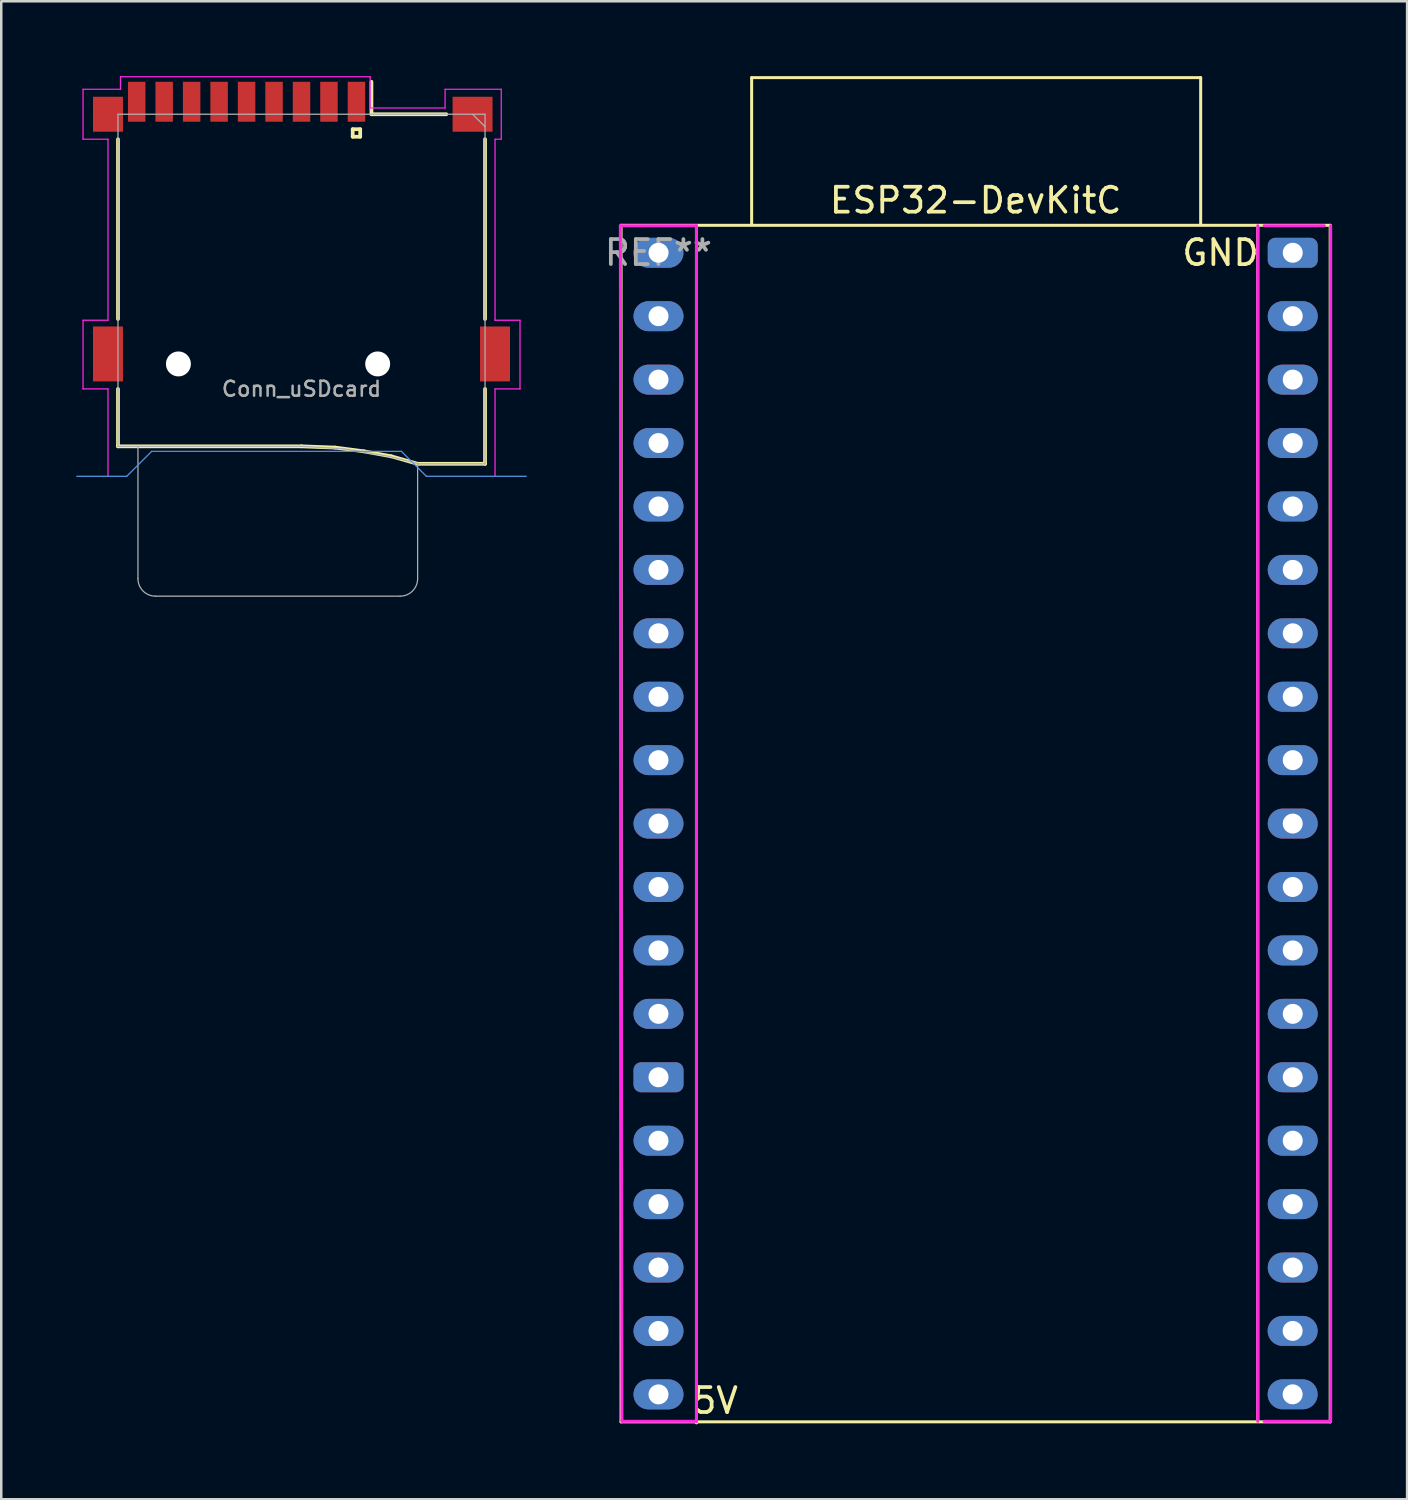
<source format=kicad_pcb>
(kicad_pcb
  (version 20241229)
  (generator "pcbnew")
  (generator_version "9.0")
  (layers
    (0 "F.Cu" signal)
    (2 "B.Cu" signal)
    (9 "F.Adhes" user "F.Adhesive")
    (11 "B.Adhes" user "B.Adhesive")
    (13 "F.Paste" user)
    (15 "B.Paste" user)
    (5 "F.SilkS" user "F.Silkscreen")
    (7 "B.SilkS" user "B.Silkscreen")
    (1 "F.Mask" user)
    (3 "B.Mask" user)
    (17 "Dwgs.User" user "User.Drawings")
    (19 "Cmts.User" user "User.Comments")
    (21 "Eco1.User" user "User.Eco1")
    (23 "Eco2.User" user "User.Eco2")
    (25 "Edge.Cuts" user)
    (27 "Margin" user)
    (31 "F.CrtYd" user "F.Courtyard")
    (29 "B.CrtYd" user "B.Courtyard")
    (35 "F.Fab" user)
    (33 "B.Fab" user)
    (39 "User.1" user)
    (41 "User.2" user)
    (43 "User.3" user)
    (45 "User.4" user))
  (footprint "ESP32-DevKitC"
    (layer "F.Cu")
    (at 23.318 7.07)
    (property "Reference" "ESP32-DevKitC" (at 12.704 -2.097 0) (layer "F.SilkS") (effects (font (size 1 1) (thickness 0.15))))
    (attr through_hole)
    (fp_line (start -1.496 46.823) (end 26.904 46.823) (stroke (width 0.12) (type solid)) (layer "F.SilkS"))
    (fp_line (start -1.496 -1.097) (end -1.496 46.823) (stroke (width 0.12) (type solid)) (layer "F.SilkS"))
    (fp_line (start 1.524 -1.079) (end 1.524 46.863) (stroke (width 0.12) (type solid)) (layer "F.SilkS"))
    (fp_line (start 3.734 -7.01) (end 21.717 -7.01) (stroke (width 0.12) (type solid)) (layer "F.SilkS"))
    (fp_line (start 3.734 -1.118) (end 3.734 -7.01) (stroke (width 0.12) (type solid)) (layer "F.SilkS"))
    (fp_line (start 21.717 -7.01) (end 21.717 -1.118) (stroke (width 0.12) (type solid)) (layer "F.SilkS"))
    (fp_line (start 24.003 -1.016) (end 24.003 46.8) (stroke (width 0.12) (type solid)) (layer "F.SilkS"))
    (fp_line (start 26.904 46.823) (end 26.904 -1.097) (stroke (width 0.12) (type solid)) (layer "F.SilkS"))
    (fp_line (start 26.904 -1.097) (end -1.496 -1.097) (stroke (width 0.12) (type solid)) (layer "F.SilkS"))
    (fp_line (start -1.524 -1.079) (end -1.46 46.8) (stroke (width 0.12) (type solid)) (layer "F.CrtYd"))
    (fp_line (start -1.46 46.8) (end 1.524 46.8) (stroke (width 0.12) (type solid)) (layer "F.CrtYd"))
    (fp_line (start 1.524 -1.079) (end -1.524 -1.079) (stroke (width 0.12) (type solid)) (layer "F.CrtYd"))
    (fp_line (start 1.524 46.8) (end 1.524 -1.079) (stroke (width 0.12) (type solid)) (layer "F.CrtYd"))
    (fp_line (start 24.003 46.8) (end 24.003 -1.079) (stroke (width 0.12) (type solid)) (layer "F.CrtYd"))
    (fp_line (start 24.257 -1.079) (end 26.67 -1.079) (stroke (width 0.12) (type solid)) (layer "F.CrtYd"))
    (fp_line (start 26.924 -1.079) (end 26.924 46.8) (stroke (width 0.12) (type solid)) (layer "F.CrtYd"))
    (fp_line (start 26.924 46.8) (end 24.257 46.8) (stroke (width 0.12) (type solid)) (layer "F.CrtYd"))
    (fp_text user "GND" (at 24.134 0.003 0) (unlocked yes) (layer "F.SilkS") (effects (font (size 1 1) (thickness 0.15)) (justify right)))
    (fp_text user "5V" (at 1.27 45.974 0) (unlocked yes) (layer "F.SilkS") (effects (font (size 1 1) (thickness 0.15)) (justify left)))
    (fp_text user "REF**" (at 0 0 0) (layer "F.Fab") (effects (font (size 1 1) (thickness 0.15))))
    (pad "1" thru_hole oval (at 0.004 0.003 270) (size 1.2 2) (drill 0.8) (layers "*.Cu" "*.Mask"))
    (pad "2" thru_hole oval (at 0.004 2.543 270) (size 1.2 2) (drill 0.8) (layers "*.Cu" "*.Mask"))
    (pad "3" thru_hole oval (at 0.004 5.083 270) (size 1.2 2) (drill 0.8) (layers "*.Cu" "*.Mask"))
    (pad "4" thru_hole oval (at 0.004 7.623 270) (size 1.2 2) (drill 0.8) (layers "*.Cu" "*.Mask"))
    (pad "5" thru_hole oval (at 0.004 10.163 270) (size 1.2 2) (drill 0.8) (layers "*.Cu" "*.Mask"))
    (pad "6" thru_hole oval (at 0.004 12.703 270) (size 1.2 2) (drill 0.8) (layers "*.Cu" "*.Mask"))
    (pad "7" thru_hole oval (at 0.004 15.243 270) (size 1.2 2) (drill 0.8) (layers "*.Cu" "*.Mask"))
    (pad "8" thru_hole oval (at 0.004 17.783 270) (size 1.2 2) (drill 0.8) (layers "*.Cu" "*.Mask"))
    (pad "9" thru_hole oval (at 0.004 20.323 270) (size 1.2 2) (drill 0.8) (layers "*.Cu" "*.Mask"))
    (pad "10" thru_hole oval (at 0.004 22.863 270) (size 1.2 2) (drill 0.8) (layers "*.Cu" "*.Mask"))
    (pad "11" thru_hole oval (at 0.004 25.403 270) (size 1.2 2) (drill 0.8) (layers "*.Cu" "*.Mask"))
    (pad "12" thru_hole oval (at 0.004 27.943 270) (size 1.2 2) (drill 0.8) (layers "*.Cu" "*.Mask"))
    (pad "13" thru_hole oval (at 0.004 30.483 270) (size 1.2 2) (drill 0.8) (layers "*.Cu" "*.Mask"))
    (pad "14" thru_hole roundrect (at 0.004 33.023 270) (size 1.2 2) (drill 0.8) (layers "*.Cu" "*.Mask") (roundrect_rratio 0.25))
    (pad "15" thru_hole oval (at 0.004 35.563 270) (size 1.2 2) (drill 0.8) (layers "*.Cu" "*.Mask"))
    (pad "16" thru_hole oval (at 0.004 38.103 270) (size 1.2 2) (drill 0.8) (layers "*.Cu" "*.Mask"))
    (pad "17" thru_hole oval (at 0.004 40.643 270) (size 1.2 2) (drill 0.8) (layers "*.Cu" "*.Mask"))
    (pad "18" thru_hole oval (at 0.004 43.183 270) (size 1.2 2) (drill 0.8) (layers "*.Cu" "*.Mask"))
    (pad "19" thru_hole oval (at 0.004 45.723 270) (size 1.2 2) (drill 0.8) (layers "*.Cu" "*.Mask"))
    (pad "20" thru_hole oval (at 25.4 45.72 270) (size 1.2 2) (drill 0.8) (layers "*.Cu" "*.Mask"))
    (pad "21" thru_hole oval (at 25.4 43.18 270) (size 1.2 2) (drill 0.8) (layers "*.Cu" "*.Mask"))
    (pad "22" thru_hole oval (at 25.404 40.643 270) (size 1.2 2) (drill 0.8) (layers "*.Cu" "*.Mask"))
    (pad "23" thru_hole oval (at 25.404 38.103 270) (size 1.2 2) (drill 0.8) (layers "*.Cu" "*.Mask"))
    (pad "24" thru_hole oval (at 25.404 35.563 270) (size 1.2 2) (drill 0.8) (layers "*.Cu" "*.Mask"))
    (pad "25" thru_hole oval (at 25.404 33.023 270) (size 1.2 2) (drill 0.8) (layers "*.Cu" "*.Mask"))
    (pad "26" thru_hole oval (at 25.404 30.483 270) (size 1.2 2) (drill 0.8) (layers "*.Cu" "*.Mask"))
    (pad "27" thru_hole oval (at 25.404 27.943 270) (size 1.2 2) (drill 0.8) (layers "*.Cu" "*.Mask"))
    (pad "28" thru_hole oval (at 25.404 25.403 270) (size 1.2 2) (drill 0.8) (layers "*.Cu" "*.Mask"))
    (pad "29" thru_hole oval (at 25.404 22.863 270) (size 1.2 2) (drill 0.8) (layers "*.Cu" "*.Mask"))
    (pad "30" thru_hole oval (at 25.404 20.323 270) (size 1.2 2) (drill 0.8) (layers "*.Cu" "*.Mask"))
    (pad "31" thru_hole oval (at 25.404 17.783 270) (size 1.2 2) (drill 0.8) (layers "*.Cu" "*.Mask"))
    (pad "32" thru_hole oval (at 25.404 15.243 270) (size 1.2 2) (drill 0.8) (layers "*.Cu" "*.Mask"))
    (pad "33" thru_hole oval (at 25.404 12.703 270) (size 1.2 2) (drill 0.8) (layers "*.Cu" "*.Mask"))
    (pad "34" thru_hole oval (at 25.404 10.163 270) (size 1.2 2) (drill 0.8) (layers "*.Cu" "*.Mask"))
    (pad "35" thru_hole oval (at 25.404 7.623 270) (size 1.2 2) (drill 0.8) (layers "*.Cu" "*.Mask"))
    (pad "36" thru_hole oval (at 25.404 5.083 270) (size 1.2 2) (drill 0.8) (layers "*.Cu" "*.Mask"))
    (pad "37" thru_hole oval (at 25.404 2.543 270) (size 1.2 2) (drill 0.8) (layers "*.Cu" "*.Mask"))
    (pad "38" thru_hole roundrect (at 25.404 0.003 270) (size 1.2 2) (drill 0.8) (layers "*.Cu" "*.Mask") (roundrect_rratio 0.25)))
  (footprint "Conn_uSDcard"
    (layer "F.Cu")
    (at 9.025 11.525)
    (property "Reference" "Conn_uSDcard" (at 0 1 180) (layer "F.Fab") (effects (font (size 0.6 0.6) (thickness 0.1))))
    (attr smd)
    (fp_line (start -7.35 -1.8) (end -7.35 -9) (stroke (width 0.15) (type solid)) (layer "F.SilkS"))
    (fp_line (start -7.35 1) (end -7.35 3.3) (stroke (width 0.15) (type solid)) (layer "F.SilkS"))
    (fp_line (start -7.35 3.3) (end 0 3.3) (stroke (width 0.15) (type solid)) (layer "F.SilkS"))
    (fp_line (start 0 3.3) (end 1.35 3.35) (stroke (width 0.15) (type solid)) (layer "F.SilkS"))
    (fp_line (start 1.35 3.35) (end 2.5 3.5) (stroke (width 0.15) (type solid)) (layer "F.SilkS"))
    (fp_line (start 2.05 -9.4) (end 2.05 -9.1) (stroke (width 0.15) (type solid)) (layer "F.SilkS"))
    (fp_line (start 2.05 -9.1) (end 2.35 -9.1) (stroke (width 0.15) (type solid)) (layer "F.SilkS"))
    (fp_line (start 2.35 -9.4) (end 2.05 -9.4) (stroke (width 0.15) (type solid)) (layer "F.SilkS"))
    (fp_line (start 2.35 -9.1) (end 2.35 -9.4) (stroke (width 0.15) (type solid)) (layer "F.SilkS"))
    (fp_line (start 2.5 3.5) (end 3.6 3.7) (stroke (width 0.15) (type solid)) (layer "F.SilkS"))
    (fp_line (start 2.8 -10) (end 2.8 -11.3) (stroke (width 0.15) (type solid)) (layer "F.SilkS"))
    (fp_line (start 2.8 -10) (end 5.8 -10) (stroke (width 0.15) (type solid)) (layer "F.SilkS"))
    (fp_line (start 3.6 3.7) (end 4.65 4) (stroke (width 0.15) (type solid)) (layer "F.SilkS"))
    (fp_line (start 4.65 4) (end 7.35 4) (stroke (width 0.15) (type solid)) (layer "F.SilkS"))
    (fp_line (start 7.35 -9) (end 7.35 -1.8) (stroke (width 0.15) (type solid)) (layer "F.SilkS"))
    (fp_line (start 7.35 4) (end 7.35 1) (stroke (width 0.15) (type solid)) (layer "F.SilkS"))
    (fp_line (start -9 4.5) (end -7 4.5) (stroke (width 0.05) (type solid)) (layer "Cmts.User"))
    (fp_line (start -7 4.5) (end -6 3.5) (stroke (width 0.05) (type solid)) (layer "Cmts.User"))
    (fp_line (start -6 3.5) (end 4 3.5) (stroke (width 0.05) (type solid)) (layer "Cmts.User"))
    (fp_line (start 4 3.5) (end 5 4.5) (stroke (width 0.05) (type solid)) (layer "Cmts.User"))
    (fp_line (start 5 4.5) (end 9 4.5) (stroke (width 0.05) (type solid)) (layer "Cmts.User"))
    (fp_line (start -8.75 -11) (end -7.25 -11) (stroke (width 0.05) (type solid)) (layer "F.CrtYd"))
    (fp_line (start -8.75 -9) (end -8.75 -11) (stroke (width 0.05) (type solid)) (layer "F.CrtYd"))
    (fp_line (start -8.75 -1.75) (end -7.75 -1.75) (stroke (width 0.05) (type solid)) (layer "F.CrtYd"))
    (fp_line (start -8.75 1) (end -8.75 -1.75) (stroke (width 0.05) (type solid)) (layer "F.CrtYd"))
    (fp_line (start -7.75 -9) (end -8.75 -9) (stroke (width 0.05) (type solid)) (layer "F.CrtYd"))
    (fp_line (start -7.75 -1.75) (end -7.75 -9) (stroke (width 0.05) (type solid)) (layer "F.CrtYd"))
    (fp_line (start -7.75 1) (end -8.75 1) (stroke (width 0.05) (type solid)) (layer "F.CrtYd"))
    (fp_line (start -7.75 4.5) (end -7.75 1) (stroke (width 0.05) (type solid)) (layer "F.CrtYd"))
    (fp_line (start -7.25 -11.5) (end 2.75 -11.5) (stroke (width 0.05) (type solid)) (layer "F.CrtYd"))
    (fp_line (start -7.25 -11) (end -7.25 -11.5) (stroke (width 0.05) (type solid)) (layer "F.CrtYd"))
    (fp_line (start 2.75 -11.5) (end 2.75 -10.25) (stroke (width 0.05) (type solid)) (layer "F.CrtYd"))
    (fp_line (start 2.75 -10.25) (end 5.75 -10.25) (stroke (width 0.05) (type solid)) (layer "F.CrtYd"))
    (fp_line (start 5.75 -11) (end 8 -11) (stroke (width 0.05) (type solid)) (layer "F.CrtYd"))
    (fp_line (start 5.75 -10.25) (end 5.75 -11) (stroke (width 0.05) (type solid)) (layer "F.CrtYd"))
    (fp_line (start 7.75 -9) (end 7.75 -1.75) (stroke (width 0.05) (type solid)) (layer "F.CrtYd"))
    (fp_line (start 7.75 -1.75) (end 8.75 -1.75) (stroke (width 0.05) (type solid)) (layer "F.CrtYd"))
    (fp_line (start 7.75 1) (end 7.75 4.5) (stroke (width 0.05) (type solid)) (layer "F.CrtYd"))
    (fp_line (start 8 -11) (end 8 -9) (stroke (width 0.05) (type solid)) (layer "F.CrtYd"))
    (fp_line (start 8 -9) (end 7.75 -9) (stroke (width 0.05) (type solid)) (layer "F.CrtYd"))
    (fp_line (start 8.75 -1.75) (end 8.75 1) (stroke (width 0.05) (type solid)) (layer "F.CrtYd"))
    (fp_line (start 8.75 1) (end 7.75 1) (stroke (width 0.05) (type solid)) (layer "F.CrtYd"))
    (fp_line (start -7.35 -10) (end -7.35 3.3) (stroke (width 0.05) (type solid)) (layer "F.Fab"))
    (fp_line (start -7.35 -10) (end 7.35 -10) (stroke (width 0.05) (type solid)) (layer "F.Fab"))
    (fp_line (start -7.35 3.3) (end 0 3.3) (stroke (width 0.05) (type solid)) (layer "F.Fab"))
    (fp_line (start -6.55 8.6) (end -6.55 3.3) (stroke (width 0.05) (type solid)) (layer "F.Fab"))
    (fp_line (start -5.85 9.3) (end 3.95 9.3) (stroke (width 0.05) (type solid)) (layer "F.Fab"))
    (fp_line (start 0 3.3) (end 1.7 3.4) (stroke (width 0.05) (type solid)) (layer "F.Fab"))
    (fp_line (start 1.7 3.4) (end 3.5 3.7) (stroke (width 0.05) (type solid)) (layer "F.Fab"))
    (fp_line (start 3.5 3.7) (end 4.7 4) (stroke (width 0.05) (type solid)) (layer "F.Fab"))
    (fp_line (start 4.65 4) (end 7.35 4) (stroke (width 0.05) (type solid)) (layer "F.Fab"))
    (fp_line (start 4.65 8.6) (end 4.65 4) (stroke (width 0.05) (type solid)) (layer "F.Fab"))
    (fp_line (start 7.35 -10) (end 7.35 4) (stroke (width 0.05) (type solid)) (layer "F.Fab"))
    (fp_line (start 7.35 -9.5) (end 6.85 -10) (stroke (width 0.05) (type solid)) (layer "F.Fab"))
    (fp_arc (start -5.85 9.3) (mid -6.344975 9.094975) (end -6.55 8.6) (stroke (width 0.05) (type solid)) (layer "F.Fab"))
    (fp_arc (start 4.65 8.6) (mid 4.444975 9.094975) (end 3.95 9.3) (stroke (width 0.05) (type solid)) (layer "F.Fab"))
    (fp_text user "${REFERENCE}" (at 2.1 -9.35 180) (layer "Eco1.User") (effects (font (size 0.3 0.3) (thickness 0.03))))
    (pad "" np_thru_hole circle (at -4.93 0) (size 1 1) (drill 1) (layers "*.Cu"))
    (pad "" np_thru_hole circle (at 3.05 0) (size 1 1) (drill 1) (layers "*.Cu"))
    (pad "1" smd rect (at 2.2 -10.5) (size 0.7 1.6) (layers "F.Cu" "F.Mask" "F.Paste"))
    (pad "2" smd rect (at 1.1 -10.5) (size 0.7 1.6) (layers "F.Cu" "F.Mask" "F.Paste"))
    (pad "3" smd rect (at 0 -10.5) (size 0.7 1.6) (layers "F.Cu" "F.Mask" "F.Paste"))
    (pad "4" smd rect (at -1.1 -10.5) (size 0.7 1.6) (layers "F.Cu" "F.Mask" "F.Paste"))
    (pad "5" smd rect (at -2.2 -10.5) (size 0.7 1.6) (layers "F.Cu" "F.Mask" "F.Paste"))
    (pad "6" smd rect (at -7.75 -10) (size 1.2 1.4) (layers "F.Cu" "F.Mask" "F.Paste"))
    (pad "6" smd rect (at -7.75 -0.4) (size 1.2 2.2) (layers "F.Cu" "F.Mask" "F.Paste"))
    (pad "6" smd rect (at -3.3 -10.5) (size 0.7 1.6) (layers "F.Cu" "F.Mask" "F.Paste"))
    (pad "6" smd rect (at 6.85 -10) (size 1.6 1.4) (layers "F.Cu" "F.Mask" "F.Paste"))
    (pad "6" smd rect (at 7.75 -0.4) (size 1.2 2.2) (layers "F.Cu" "F.Mask" "F.Paste"))
    (pad "7" smd rect (at -4.4 -10.5) (size 0.7 1.6) (layers "F.Cu" "F.Mask" "F.Paste"))
    (pad "8" smd rect (at -5.5 -10.5) (size 0.7 1.6) (layers "F.Cu" "F.Mask" "F.Paste"))
    (pad "9" smd rect (at -6.6 -10.5) (size 0.7 1.6) (layers "F.Cu" "F.Mask" "F.Paste")))
  (gr_rect
    (start -3 -3)
    (end 53.302 56.993)
    (stroke (width 0.1) (type default))
    (fill no)
    (layer "Edge.Cuts")))
</source>
